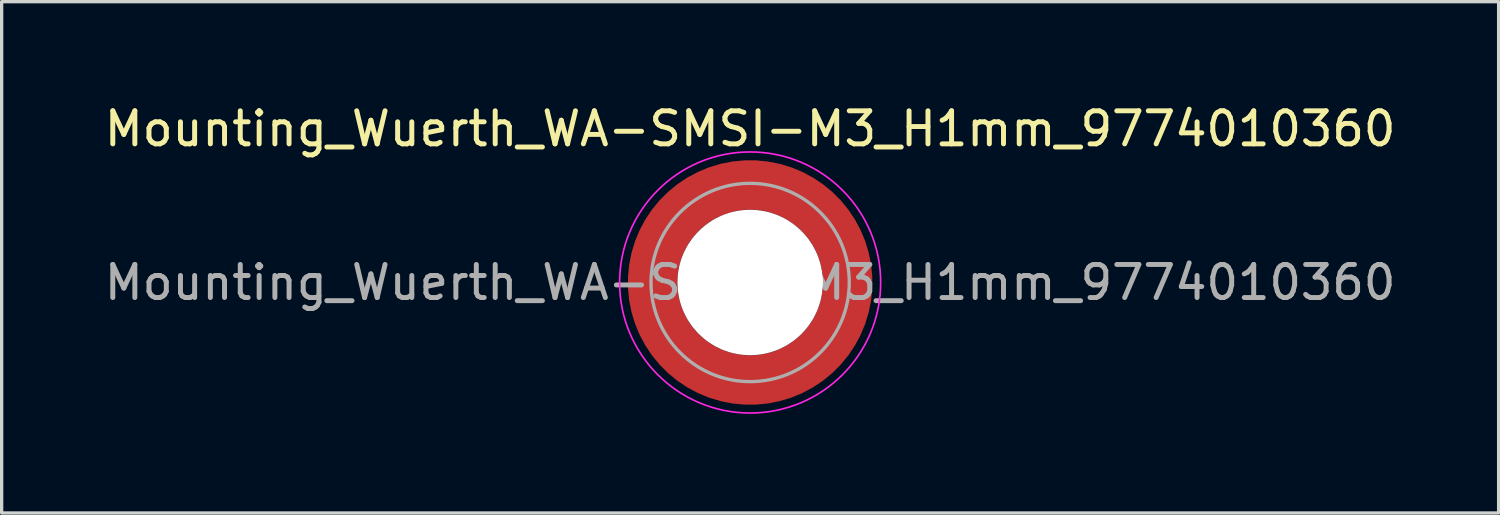
<source format=kicad_pcb>
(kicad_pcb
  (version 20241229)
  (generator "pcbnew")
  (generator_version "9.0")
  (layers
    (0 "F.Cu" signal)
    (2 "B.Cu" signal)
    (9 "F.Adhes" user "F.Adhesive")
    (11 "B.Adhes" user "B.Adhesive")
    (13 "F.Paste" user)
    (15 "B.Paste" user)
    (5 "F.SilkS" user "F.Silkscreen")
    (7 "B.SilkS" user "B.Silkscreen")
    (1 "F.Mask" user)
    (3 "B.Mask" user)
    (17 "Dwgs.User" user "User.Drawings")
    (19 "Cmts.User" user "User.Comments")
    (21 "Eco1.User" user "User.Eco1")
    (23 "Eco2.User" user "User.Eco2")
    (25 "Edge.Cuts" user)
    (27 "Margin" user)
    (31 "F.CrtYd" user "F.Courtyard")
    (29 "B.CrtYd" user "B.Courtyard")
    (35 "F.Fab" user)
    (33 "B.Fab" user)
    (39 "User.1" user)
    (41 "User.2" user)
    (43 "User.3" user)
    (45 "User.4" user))
  (footprint "Mounting_Wuerth_WA-SMSI-M3_H1mm_9774010360"
    (layer "F.Cu")
    (at 19.649 5.498)
    (property "Reference" "Mounting_Wuerth_WA-SMSI-M3_H1mm_9774010360" (at 0 -4.65 0) (layer "F.SilkS") (effects (font (size 1 1) (thickness 0.15))))
    (attr smd)
    (fp_circle (center 0 0) (end 3.95 0) (stroke (width 0.05) (type solid)) (fill no) (layer "F.CrtYd"))
    (fp_circle (center 0 0) (end 3 0) (stroke (width 0.1) (type solid)) (fill no) (layer "F.Fab"))
    (fp_text user "${REFERENCE}" (at 0 0 0) (layer "F.Fab") (effects (font (size 1 1) (thickness 0.15))))
    (pad "" smd custom (at -2.058 -2.058) (size 0.7 0.7) (layers "F.Paste") (options (anchor circle)) (primitives (gr_arc (start -0.377294 1.707681) (mid 0.318198 0.318198) (end 1.707681 -0.377294) (width 0.2)) (gr_arc (start -0.478281 1.707681) (mid 0.247487 0.247487) (end 1.707681 -0.478281) (width 0.2)) (gr_arc (start -0.579192 1.707681) (mid 0.176777 0.176777) (end 1.707681 -0.579192) (width 0.2)) (gr_arc (start -0.680037 1.707681) (mid 0.106066 0.106066) (end 1.707681 -0.680037) (width 0.2)) (gr_arc (start -0.780822 1.707681) (mid 0.035356 0.035356) (end 1.707681 -0.780822) (width 0.2)) (gr_arc (start -0.881554 1.707681) (mid -0.035355 -0.035355) (end 1.707681 -0.881554) (width 0.2)) (gr_arc (start -0.982237 1.707681) (mid -0.106066 -0.106066) (end 1.707681 -0.982237) (width 0.2)) (gr_arc (start -1.082877 1.707681) (mid -0.176777 -0.176777) (end 1.707681 -1.082877) (width 0.2)) (gr_arc (start -1.183476 1.707681) (mid -0.247487 -0.247487) (end 1.707681 -1.183476) (width 0.2)) (gr_arc (start -1.28404 1.707681) (mid -0.318198 -0.318198) (end 1.707681 -1.28404) (width 0.2)) (gr_line (start 1.708 -0.377) (end 1.708 -1.284) (width 0.2)) (gr_line (start -0.377 1.708) (end -1.284 1.708) (width 0.2))))
    (pad "" smd custom (at -2.058 2.058) (size 0.7 0.7) (layers "F.Paste") (options (anchor circle)) (primitives (gr_arc (start 1.707681 0.377294) (mid 0.318198 -0.318198) (end -0.377294 -1.707681) (width 0.2)) (gr_arc (start 1.707681 0.478281) (mid 0.247487 -0.247487) (end -0.478281 -1.707681) (width 0.2)) (gr_arc (start 1.707681 0.579192) (mid 0.176777 -0.176777) (end -0.579192 -1.707681) (width 0.2)) (gr_arc (start 1.707681 0.680037) (mid 0.106066 -0.106066) (end -0.680037 -1.707681) (width 0.2)) (gr_arc (start 1.707681 0.780822) (mid 0.035356 -0.035356) (end -0.780822 -1.707681) (width 0.2)) (gr_arc (start 1.707681 0.881554) (mid -0.035355 0.035355) (end -0.881554 -1.707681) (width 0.2)) (gr_arc (start 1.707681 0.982237) (mid -0.106066 0.106066) (end -0.982237 -1.707681) (width 0.2)) (gr_arc (start 1.707681 1.082877) (mid -0.176777 0.176777) (end -1.082877 -1.707681) (width 0.2)) (gr_arc (start 1.707681 1.183476) (mid -0.247487 0.247487) (end -1.183476 -1.707681) (width 0.2)) (gr_arc (start 1.707681 1.28404) (mid -0.318198 0.318198) (end -1.28404 -1.707681) (width 0.2)) (gr_line (start -0.377 -1.708) (end -1.284 -1.708) (width 0.2)) (gr_line (start 1.708 0.377) (end 1.708 1.284) (width 0.2))))
    (pad "" np_thru_hole circle (at 0 0) (size 4.4 4.4) (drill 4.4) (layers "*.Cu" "*.Mask"))
    (pad "" smd custom (at 2.058 -2.058) (size 0.7 0.7) (layers "F.Paste") (options (anchor circle)) (primitives (gr_arc (start -1.707681 -0.377294) (mid -0.318198 0.318198) (end 0.377294 1.707681) (width 0.2)) (gr_arc (start -1.707681 -0.478281) (mid -0.247487 0.247487) (end 0.478281 1.707681) (width 0.2)) (gr_arc (start -1.707681 -0.579192) (mid -0.176777 0.176777) (end 0.579192 1.707681) (width 0.2)) (gr_arc (start -1.707681 -0.680037) (mid -0.106066 0.106066) (end 0.680037 1.707681) (width 0.2)) (gr_arc (start -1.707681 -0.780822) (mid -0.035356 0.035356) (end 0.780822 1.707681) (width 0.2)) (gr_arc (start -1.707681 -0.881554) (mid 0.035355 -0.035355) (end 0.881554 1.707681) (width 0.2)) (gr_arc (start -1.707681 -0.982237) (mid 0.106066 -0.106066) (end 0.982237 1.707681) (width 0.2)) (gr_arc (start -1.707681 -1.082877) (mid 0.176777 -0.176777) (end 1.082877 1.707681) (width 0.2)) (gr_arc (start -1.707681 -1.183476) (mid 0.247487 -0.247487) (end 1.183476 1.707681) (width 0.2)) (gr_arc (start -1.707681 -1.28404) (mid 0.318198 -0.318198) (end 1.28404 1.707681) (width 0.2)) (gr_line (start 0.377 1.708) (end 1.284 1.708) (width 0.2)) (gr_line (start -1.708 -0.377) (end -1.708 -1.284) (width 0.2))))
    (pad "" smd custom (at 2.058 2.058) (size 0.7 0.7) (layers "F.Paste") (options (anchor circle)) (primitives (gr_arc (start 0.377294 -1.707681) (mid -0.318198 -0.318198) (end -1.707681 0.377294) (width 0.2)) (gr_arc (start 0.478281 -1.707681) (mid -0.247487 -0.247487) (end -1.707681 0.478281) (width 0.2)) (gr_arc (start 0.579192 -1.707681) (mid -0.176777 -0.176777) (end -1.707681 0.579192) (width 0.2)) (gr_arc (start 0.680037 -1.707681) (mid -0.106066 -0.106066) (end -1.707681 0.680037) (width 0.2)) (gr_arc (start 0.780822 -1.707681) (mid -0.035356 -0.035356) (end -1.707681 0.780822) (width 0.2)) (gr_arc (start 0.881554 -1.707681) (mid 0.035355 0.035355) (end -1.707681 0.881554) (width 0.2)) (gr_arc (start 0.982237 -1.707681) (mid 0.106066 0.106066) (end -1.707681 0.982237) (width 0.2)) (gr_arc (start 1.082877 -1.707681) (mid 0.176777 0.176777) (end -1.707681 1.082877) (width 0.2)) (gr_arc (start 1.183476 -1.707681) (mid 0.247487 0.247487) (end -1.707681 1.183476) (width 0.2)) (gr_arc (start 1.28404 -1.707681) (mid 0.318198 0.318198) (end -1.707681 1.28404) (width 0.2)) (gr_line (start -1.708 0.377) (end -1.708 1.284) (width 0.2)) (gr_line (start 0.377 -1.708) (end 1.284 -1.708) (width 0.2))))
    (pad "1" smd circle (at -2.95 0) (size 1.1 1.1) (layers "F.Cu"))
    (pad "1" smd circle (at 0 -2.95) (size 1.1 1.1) (layers "F.Cu"))
    (pad "1" smd circle (at 0 2.95) (size 1.1 1.1) (layers "F.Cu"))
    (pad "1" smd custom (at 2.95 0) (size 1.1 1.1) (layers "F.Cu" "F.Mask") (options (anchor circle)) (primitives (gr_circle (center -2.95 0) (end 0 0) (width 1.5) (fill no)))))
  (gr_rect
    (start -3 -3)
    (end 42.298 12.473)
    (stroke (width 0.1) (type default))
    (fill no)
    (layer "Edge.Cuts")))
</source>
